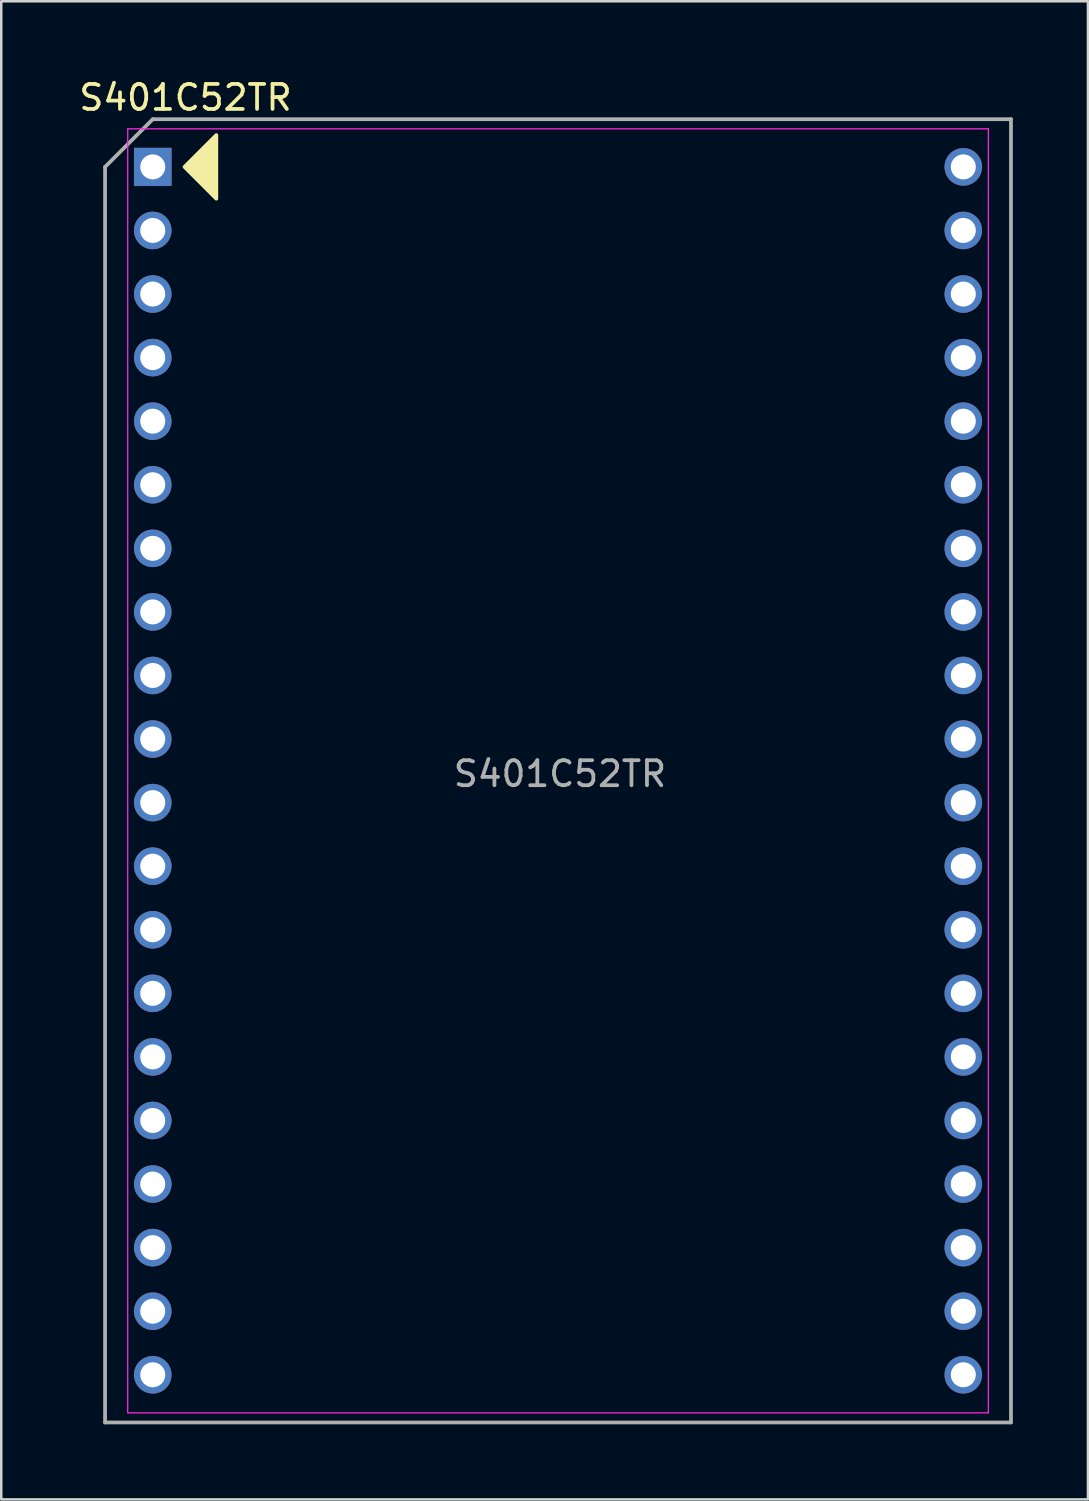
<source format=kicad_pcb>
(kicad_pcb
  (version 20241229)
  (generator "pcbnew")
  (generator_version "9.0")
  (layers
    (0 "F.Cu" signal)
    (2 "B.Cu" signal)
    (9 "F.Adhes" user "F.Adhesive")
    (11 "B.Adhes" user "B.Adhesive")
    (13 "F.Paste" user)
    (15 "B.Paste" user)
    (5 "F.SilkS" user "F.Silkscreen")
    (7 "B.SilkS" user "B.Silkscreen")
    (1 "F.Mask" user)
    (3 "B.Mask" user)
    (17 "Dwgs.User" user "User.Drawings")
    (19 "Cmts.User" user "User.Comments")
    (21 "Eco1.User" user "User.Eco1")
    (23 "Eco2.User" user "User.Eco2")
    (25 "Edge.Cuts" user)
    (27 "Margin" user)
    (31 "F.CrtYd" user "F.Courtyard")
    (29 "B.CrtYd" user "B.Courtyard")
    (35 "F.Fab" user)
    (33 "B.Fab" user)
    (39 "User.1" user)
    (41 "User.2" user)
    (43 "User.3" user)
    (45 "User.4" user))
  (footprint "S401C52TR"
    (layer "F.Cu")
    (at 3.053 3.618)
    (property "Reference" "S401C52TR" (at 1.31 -2.77 0) (layer "F.SilkS") (effects (font (size 1 1) (thickness 0.15))))
    (attr through_hole)
    (fp_poly (pts (xy 2.54 -1.27) (xy 1.27 0) (xy 2.54 1.27)) (stroke (width 0.15) (type solid)) (fill yes) (layer "F.SilkS"))
    (fp_line (start -1 -1.52) (end 33.386 -1.52) (stroke (width 0.05) (type solid)) (layer "F.CrtYd"))
    (fp_line (start -1 49.78) (end -1 -1.52) (stroke (width 0.05) (type solid)) (layer "F.CrtYd"))
    (fp_line (start 33.385 -1.52) (end 33.385 49.78) (stroke (width 0.05) (type solid)) (layer "F.CrtYd"))
    (fp_line (start 33.385 49.78) (end -1 49.78) (stroke (width 0.05) (type solid)) (layer "F.CrtYd"))
    (fp_line (start -1.905 50.165) (end -1.905 0) (stroke (width 0.15) (type solid)) (layer "F.Fab"))
    (fp_line (start 0 -1.905) (end -1.905 0) (stroke (width 0.15) (type solid)) (layer "F.Fab"))
    (fp_line (start 0 -1.905) (end 34.29 -1.905) (stroke (width 0.15) (type solid)) (layer "F.Fab"))
    (fp_line (start 34.29 -1.905) (end 34.29 50.165) (stroke (width 0.15) (type solid)) (layer "F.Fab"))
    (fp_line (start 34.29 50.165) (end -1.905 50.165) (stroke (width 0.15) (type solid)) (layer "F.Fab"))
    (fp_text user "${REFERENCE}" (at 16.27 24.25 0) (layer "F.Fab") (effects (font (size 1 1) (thickness 0.15))))
    (pad "1" thru_hole rect (at 0 0) (size 1.5 1.524) (drill 1) (layers "*.Cu" "*.Mask"))
    (pad "2" thru_hole circle (at 0 2.54) (size 1.5 1.5) (drill 1) (layers "*.Cu" "*.Mask"))
    (pad "3" thru_hole circle (at 0 5.08) (size 1.5 1.5) (drill 1) (layers "*.Cu" "*.Mask"))
    (pad "4" thru_hole circle (at 0 7.62) (size 1.5 1.5) (drill 1) (layers "*.Cu" "*.Mask"))
    (pad "5" thru_hole circle (at 0 10.16) (size 1.5 1.5) (drill 1) (layers "*.Cu" "*.Mask"))
    (pad "6" thru_hole circle (at 0 12.7) (size 1.5 1.5) (drill 1) (layers "*.Cu" "*.Mask"))
    (pad "7" thru_hole circle (at 0 15.24) (size 1.5 1.5) (drill 1) (layers "*.Cu" "*.Mask"))
    (pad "8" thru_hole circle (at 0 17.78) (size 1.5 1.5) (drill 1) (layers "*.Cu" "*.Mask"))
    (pad "9" thru_hole circle (at 0 20.32) (size 1.5 1.5) (drill 1) (layers "*.Cu" "*.Mask"))
    (pad "10" thru_hole circle (at 0 22.86) (size 1.5 1.5) (drill 1) (layers "*.Cu" "*.Mask"))
    (pad "11" thru_hole circle (at 0 25.4) (size 1.5 1.5) (drill 1) (layers "*.Cu" "*.Mask"))
    (pad "12" thru_hole circle (at 0 27.94) (size 1.5 1.5) (drill 1) (layers "*.Cu" "*.Mask"))
    (pad "13" thru_hole circle (at 0 30.48) (size 1.5 1.5) (drill 1) (layers "*.Cu" "*.Mask"))
    (pad "14" thru_hole circle (at 0 33.02) (size 1.5 1.5) (drill 1) (layers "*.Cu" "*.Mask"))
    (pad "15" thru_hole circle (at 0 35.56) (size 1.5 1.5) (drill 1) (layers "*.Cu" "*.Mask"))
    (pad "16" thru_hole circle (at 0 38.1) (size 1.5 1.5) (drill 1) (layers "*.Cu" "*.Mask"))
    (pad "17" thru_hole circle (at 0 40.64) (size 1.5 1.5) (drill 1) (layers "*.Cu" "*.Mask"))
    (pad "18" thru_hole circle (at 0 43.18) (size 1.5 1.5) (drill 1) (layers "*.Cu" "*.Mask"))
    (pad "19" thru_hole circle (at 0 45.72) (size 1.5 1.5) (drill 1) (layers "*.Cu" "*.Mask"))
    (pad "20" thru_hole circle (at 0 48.26) (size 1.5 1.5) (drill 1) (layers "*.Cu" "*.Mask"))
    (pad "21" thru_hole circle (at 32.385 48.26) (size 1.5 1.5) (drill 1) (layers "*.Cu" "*.Mask"))
    (pad "22" thru_hole circle (at 32.385 45.72) (size 1.5 1.5) (drill 1) (layers "*.Cu" "*.Mask"))
    (pad "23" thru_hole circle (at 32.385 43.18) (size 1.5 1.5) (drill 1) (layers "*.Cu" "*.Mask"))
    (pad "24" thru_hole circle (at 32.385 40.64) (size 1.5 1.5) (drill 1) (layers "*.Cu" "*.Mask"))
    (pad "25" thru_hole circle (at 32.385 38.1) (size 1.5 1.5) (drill 1) (layers "*.Cu" "*.Mask"))
    (pad "26" thru_hole circle (at 32.385 35.56) (size 1.5 1.5) (drill 1) (layers "*.Cu" "*.Mask"))
    (pad "27" thru_hole circle (at 32.385 33.02) (size 1.5 1.5) (drill 1) (layers "*.Cu" "*.Mask"))
    (pad "28" thru_hole circle (at 32.385 30.48) (size 1.5 1.5) (drill 1) (layers "*.Cu" "*.Mask"))
    (pad "29" thru_hole circle (at 32.385 27.94) (size 1.5 1.5) (drill 1) (layers "*.Cu" "*.Mask"))
    (pad "30" thru_hole circle (at 32.385 25.4) (size 1.5 1.5) (drill 1) (layers "*.Cu" "*.Mask"))
    (pad "31" thru_hole circle (at 32.385 22.86) (size 1.5 1.5) (drill 1) (layers "*.Cu" "*.Mask"))
    (pad "32" thru_hole circle (at 32.385 20.32) (size 1.5 1.5) (drill 1) (layers "*.Cu" "*.Mask"))
    (pad "33" thru_hole circle (at 32.385 17.78) (size 1.5 1.5) (drill 1) (layers "*.Cu" "*.Mask"))
    (pad "34" thru_hole circle (at 32.385 15.24) (size 1.5 1.5) (drill 1) (layers "*.Cu" "*.Mask"))
    (pad "35" thru_hole circle (at 32.385 12.7) (size 1.5 1.5) (drill 1) (layers "*.Cu" "*.Mask"))
    (pad "36" thru_hole circle (at 32.385 10.16) (size 1.5 1.5) (drill 1) (layers "*.Cu" "*.Mask"))
    (pad "37" thru_hole circle (at 32.385 7.62) (size 1.5 1.5) (drill 1) (layers "*.Cu" "*.Mask"))
    (pad "38" thru_hole circle (at 32.385 5.08) (size 1.5 1.5) (drill 1) (layers "*.Cu" "*.Mask"))
    (pad "39" thru_hole circle (at 32.385 2.54) (size 1.5 1.5) (drill 1) (layers "*.Cu" "*.Mask"))
    (pad "40" thru_hole circle (at 32.385 0) (size 1.5 1.5) (drill 1) (layers "*.Cu" "*.Mask")))
  (gr_rect
    (start -3 -3)
    (end 40.418 56.858)
    (stroke (width 0.1) (type default))
    (fill no)
    (layer "Edge.Cuts")))
</source>
